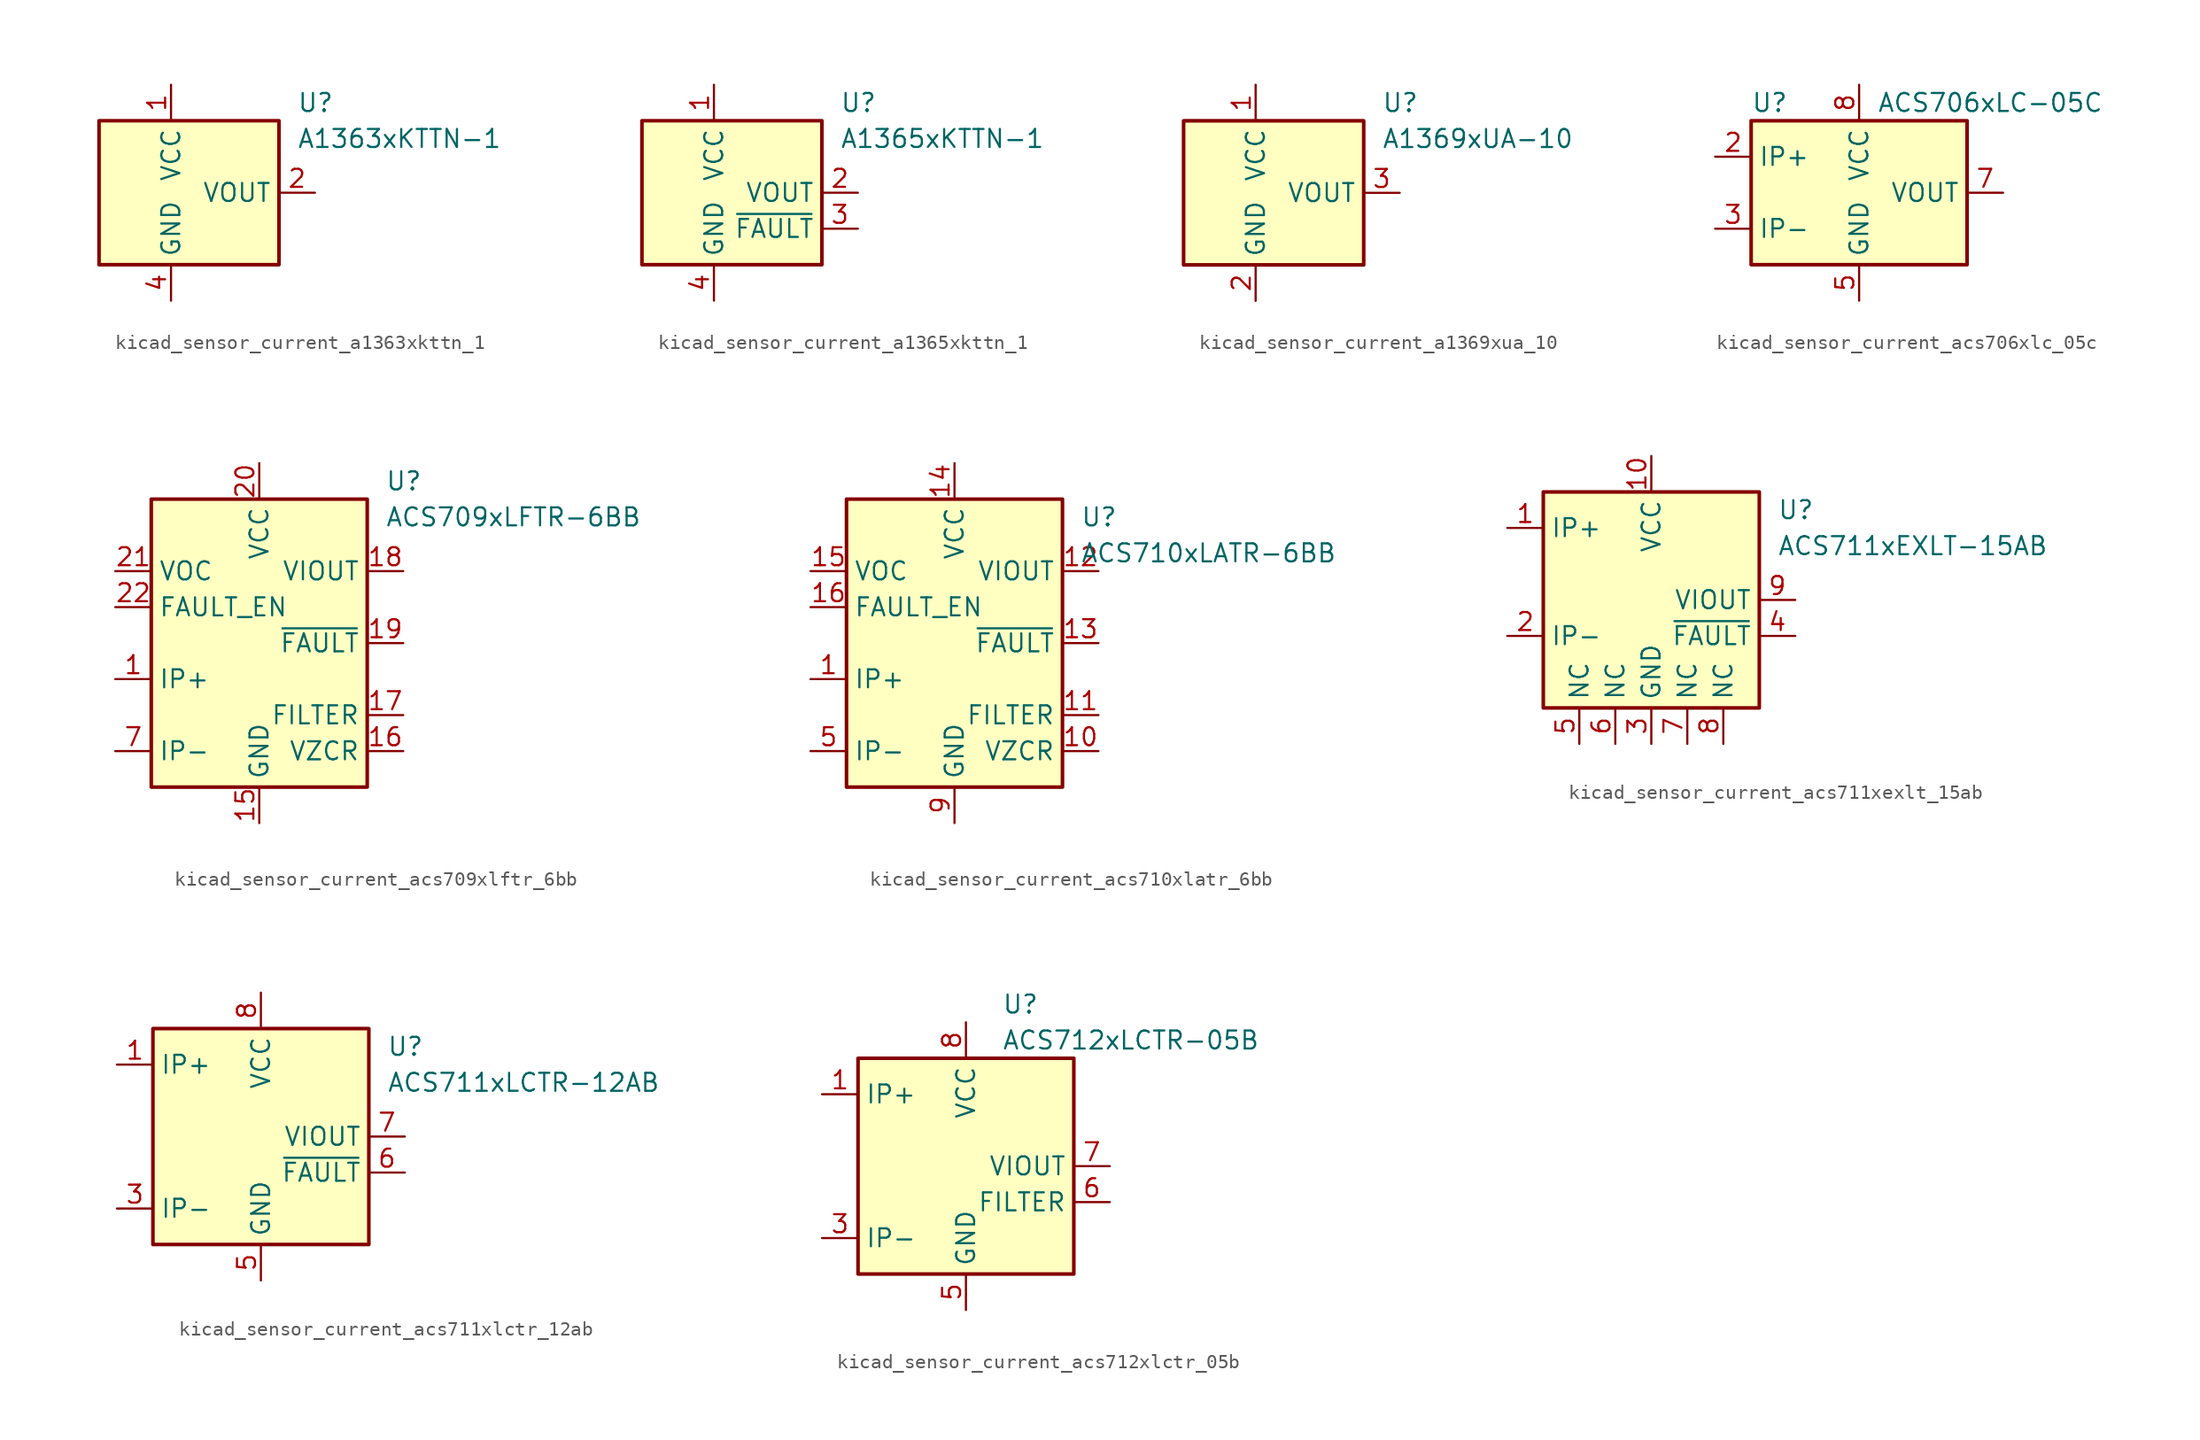
<source format=kicad_sym>
(kicad_symbol_lib
  (version 20220914)
  (generator kicad_symbol_editor)
  (symbol "kicad_sensor_current_a1363xkttn_1"
    (property "Reference" "U"
      (at 8.89 6.35 0)
      (effects (font (size 1.27 1.27)) (justify left)))
    (property "Value" "A1363xKTTN-1"
      (at 8.89 3.81 0)
      (effects (font (size 1.27 1.27)) (justify left)))
    (symbol "kicad_sensor_current_a1363xkttn_1_0_1"
      (rectangle (start -5.08 5.08) (end 7.62 -5.08) (stroke (width 0.254) (type default)) (fill (type background))))
    (symbol "kicad_sensor_current_a1363xkttn_1_1_1"
      (pin power_in line (at 0 7.62 270) (length 2.54) (name "VCC" (effects (font (size 1.27 1.27)))) (number "1" (effects (font (size 1.27 1.27)))))
      (pin output line (at 10.16 0 180) (length 2.54) (name "VOUT" (effects (font (size 1.27 1.27)))) (number "2" (effects (font (size 1.27 1.27)))))
      (pin no_connect line (at 7.62 -2.54 180) (length 2.54) hide (name "NC" (effects (font (size 1.27 1.27)))) (number "3" (effects (font (size 1.27 1.27)))))
      (pin power_in line (at 0 -7.62 90) (length 2.54) (name "GND" (effects (font (size 1.27 1.27)))) (number "4" (effects (font (size 1.27 1.27)))))))
  (symbol "kicad_sensor_current_a1365xkttn_1"
    (property "Reference" "U"
      (at 8.89 6.35 0)
      (effects (font (size 1.27 1.27)) (justify left)))
    (property "Value" "A1365xKTTN-1"
      (at 8.89 3.81 0)
      (effects (font (size 1.27 1.27)) (justify left)))
    (symbol "kicad_sensor_current_a1365xkttn_1_0_1"
      (rectangle (start -5.08 5.08) (end 7.62 -5.08) (stroke (width 0.254) (type default)) (fill (type background))))
    (symbol "kicad_sensor_current_a1365xkttn_1_1_1"
      (pin power_in line (at 0 7.62 270) (length 2.54) (name "VCC" (effects (font (size 1.27 1.27)))) (number "1" (effects (font (size 1.27 1.27)))))
      (pin output line (at 10.16 0 180) (length 2.54) (name "VOUT" (effects (font (size 1.27 1.27)))) (number "2" (effects (font (size 1.27 1.27)))))
      (pin output line (at 10.16 -2.54 180) (length 2.54) (name "~{FAULT}" (effects (font (size 1.27 1.27)))) (number "3" (effects (font (size 1.27 1.27)))))
      (pin power_in line (at 0 -7.62 90) (length 2.54) (name "GND" (effects (font (size 1.27 1.27)))) (number "4" (effects (font (size 1.27 1.27)))))))
  (symbol "kicad_sensor_current_a1369xua_10"
    (property "Reference" "U"
      (at 8.89 6.35 0)
      (effects (font (size 1.27 1.27)) (justify left)))
    (property "Value" "A1369xUA-10"
      (at 8.89 3.81 0)
      (effects (font (size 1.27 1.27)) (justify left)))
    (symbol "kicad_sensor_current_a1369xua_10_0_1"
      (rectangle (start -5.08 5.08) (end 7.62 -5.08) (stroke (width 0.254) (type default)) (fill (type background))))
    (symbol "kicad_sensor_current_a1369xua_10_1_1"
      (pin power_in line (at 0 7.62 270) (length 2.54) (name "VCC" (effects (font (size 1.27 1.27)))) (number "1" (effects (font (size 1.27 1.27)))))
      (pin power_in line (at 0 -7.62 90) (length 2.54) (name "GND" (effects (font (size 1.27 1.27)))) (number "2" (effects (font (size 1.27 1.27)))))
      (pin output line (at 10.16 0 180) (length 2.54) (name "VOUT" (effects (font (size 1.27 1.27)))) (number "3" (effects (font (size 1.27 1.27)))))))
  (symbol "kicad_sensor_current_acs706xlc_05c"
    (property "Reference" "U"
      (at -7.62 6.35 0)
      (effects (font (size 1.27 1.27)) (justify left)))
    (property "Value" "ACS706xLC-05C"
      (at 1.27 6.35 0)
      (effects (font (size 1.27 1.27)) (justify left)))
    (symbol "kicad_sensor_current_acs706xlc_05c_0_1"
      (rectangle (start -7.62 5.08) (end 7.62 -5.08) (stroke (width 0.254) (type default)) (fill (type background))))
    (symbol "kicad_sensor_current_acs706xlc_05c_1_1"
      (pin passive line (at -10.16 2.54 0) (length 2.54) hide (name "IP+" (effects (font (size 1.27 1.27)))) (number "1" (effects (font (size 1.27 1.27)))))
      (pin passive line (at -10.16 2.54 0) (length 2.54) (name "IP+" (effects (font (size 1.27 1.27)))) (number "2" (effects (font (size 1.27 1.27)))))
      (pin passive line (at -10.16 -2.54 0) (length 2.54) (name "IP-" (effects (font (size 1.27 1.27)))) (number "3" (effects (font (size 1.27 1.27)))))
      (pin passive line (at -10.16 -2.54 0) (length 2.54) hide (name "IP-" (effects (font (size 1.27 1.27)))) (number "4" (effects (font (size 1.27 1.27)))))
      (pin power_in line (at 0 -7.62 90) (length 2.54) (name "GND" (effects (font (size 1.27 1.27)))) (number "5" (effects (font (size 1.27 1.27)))))
      (pin no_connect line (at 7.62 -2.54 180) (length 2.54) hide (name "NC" (effects (font (size 1.27 1.27)))) (number "6" (effects (font (size 1.27 1.27)))))
      (pin output line (at 10.16 0 180) (length 2.54) (name "VOUT" (effects (font (size 1.27 1.27)))) (number "7" (effects (font (size 1.27 1.27)))))
      (pin power_in line (at 0 7.62 270) (length 2.54) (name "VCC" (effects (font (size 1.27 1.27)))) (number "8" (effects (font (size 1.27 1.27)))))))
  (symbol "kicad_sensor_current_acs709xlftr_6bb"
    (property "Reference" "U"
      (at 8.89 11.43 0)
      (effects (font (size 1.27 1.27)) (justify left)))
    (property "Value" "ACS709xLFTR-6BB"
      (at 8.89 8.89 0)
      (effects (font (size 1.27 1.27)) (justify left)))
    (symbol "kicad_sensor_current_acs709xlftr_6bb_0_1"
      (rectangle (start -7.62 10.16) (end 7.62 -10.16) (stroke (width 0.254) (type default)) (fill (type background))))
    (symbol "kicad_sensor_current_acs709xlftr_6bb_1_1"
      (pin passive line (at -10.16 -2.54 0) (length 2.54) (name "IP+" (effects (font (size 1.27 1.27)))) (number "1" (effects (font (size 1.27 1.27)))))
      (pin passive line (at -10.16 -7.62 0) (length 2.54) hide (name "IP-" (effects (font (size 1.27 1.27)))) (number "10" (effects (font (size 1.27 1.27)))))
      (pin passive line (at -10.16 -7.62 0) (length 2.54) hide (name "IP-" (effects (font (size 1.27 1.27)))) (number "11" (effects (font (size 1.27 1.27)))))
      (pin passive line (at -10.16 -7.62 0) (length 2.54) hide (name "IP-" (effects (font (size 1.27 1.27)))) (number "12" (effects (font (size 1.27 1.27)))))
      (pin no_connect line (at -7.62 10.16 0) (length 2.54) hide (name "NC" (effects (font (size 1.27 1.27)))) (number "13" (effects (font (size 1.27 1.27)))))
      (pin no_connect line (at -7.62 7.62 0) (length 2.54) hide (name "NC" (effects (font (size 1.27 1.27)))) (number "14" (effects (font (size 1.27 1.27)))))
      (pin power_in line (at 0 -12.7 90) (length 2.54) (name "GND" (effects (font (size 1.27 1.27)))) (number "15" (effects (font (size 1.27 1.27)))))
      (pin passive line (at 10.16 -7.62 180) (length 2.54) (name "VZCR" (effects (font (size 1.27 1.27)))) (number "16" (effects (font (size 1.27 1.27)))))
      (pin passive line (at 10.16 -5.08 180) (length 2.54) (name "FILTER" (effects (font (size 1.27 1.27)))) (number "17" (effects (font (size 1.27 1.27)))))
      (pin output line (at 10.16 5.08 180) (length 2.54) (name "VIOUT" (effects (font (size 1.27 1.27)))) (number "18" (effects (font (size 1.27 1.27)))))
      (pin output line (at 10.16 0 180) (length 2.54) (name "~{FAULT}" (effects (font (size 1.27 1.27)))) (number "19" (effects (font (size 1.27 1.27)))))
      (pin passive line (at -10.16 -2.54 0) (length 2.54) hide (name "IP+" (effects (font (size 1.27 1.27)))) (number "2" (effects (font (size 1.27 1.27)))))
      (pin power_in line (at 0 12.7 270) (length 2.54) (name "VCC" (effects (font (size 1.27 1.27)))) (number "20" (effects (font (size 1.27 1.27)))))
      (pin input line (at -10.16 5.08 0) (length 2.54) (name "VOC" (effects (font (size 1.27 1.27)))) (number "21" (effects (font (size 1.27 1.27)))))
      (pin input line (at -10.16 2.54 0) (length 2.54) (name "FAULT_EN" (effects (font (size 1.27 1.27)))) (number "22" (effects (font (size 1.27 1.27)))))
      (pin no_connect line (at -7.62 0 0) (length 2.54) hide (name "NC" (effects (font (size 1.27 1.27)))) (number "23" (effects (font (size 1.27 1.27)))))
      (pin no_connect line (at -7.62 -5.08 0) (length 2.54) hide (name "NC" (effects (font (size 1.27 1.27)))) (number "24" (effects (font (size 1.27 1.27)))))
      (pin passive line (at -10.16 -2.54 0) (length 2.54) hide (name "IP+" (effects (font (size 1.27 1.27)))) (number "3" (effects (font (size 1.27 1.27)))))
      (pin passive line (at -10.16 -2.54 0) (length 2.54) hide (name "IP+" (effects (font (size 1.27 1.27)))) (number "4" (effects (font (size 1.27 1.27)))))
      (pin passive line (at -10.16 -2.54 0) (length 2.54) hide (name "IP+" (effects (font (size 1.27 1.27)))) (number "5" (effects (font (size 1.27 1.27)))))
      (pin passive line (at -10.16 -2.54 0) (length 2.54) hide (name "IP+" (effects (font (size 1.27 1.27)))) (number "6" (effects (font (size 1.27 1.27)))))
      (pin passive line (at -10.16 -7.62 0) (length 2.54) (name "IP-" (effects (font (size 1.27 1.27)))) (number "7" (effects (font (size 1.27 1.27)))))
      (pin passive line (at -10.16 -7.62 0) (length 2.54) hide (name "IP-" (effects (font (size 1.27 1.27)))) (number "8" (effects (font (size 1.27 1.27)))))
      (pin passive line (at -10.16 -7.62 0) (length 2.54) hide (name "IP-" (effects (font (size 1.27 1.27)))) (number "9" (effects (font (size 1.27 1.27)))))))
  (symbol "kicad_sensor_current_acs710xlatr_6bb"
    (property "Reference" "U"
      (at 8.89 8.89 0)
      (effects (font (size 1.27 1.27)) (justify left)))
    (property "Value" "ACS710xLATR-6BB"
      (at 8.89 6.35 0)
      (effects (font (size 1.27 1.27)) (justify left)))
    (symbol "kicad_sensor_current_acs710xlatr_6bb_0_1"
      (rectangle (start -7.62 10.16) (end 7.62 -10.16) (stroke (width 0.254) (type default)) (fill (type background))))
    (symbol "kicad_sensor_current_acs710xlatr_6bb_1_1"
      (pin passive line (at -10.16 -2.54 0) (length 2.54) (name "IP+" (effects (font (size 1.27 1.27)))) (number "1" (effects (font (size 1.27 1.27)))))
      (pin passive line (at 10.16 -7.62 180) (length 2.54) (name "VZCR" (effects (font (size 1.27 1.27)))) (number "10" (effects (font (size 1.27 1.27)))))
      (pin passive line (at 10.16 -5.08 180) (length 2.54) (name "FILTER" (effects (font (size 1.27 1.27)))) (number "11" (effects (font (size 1.27 1.27)))))
      (pin output line (at 10.16 5.08 180) (length 2.54) (name "VIOUT" (effects (font (size 1.27 1.27)))) (number "12" (effects (font (size 1.27 1.27)))))
      (pin output line (at 10.16 0 180) (length 2.54) (name "~{FAULT}" (effects (font (size 1.27 1.27)))) (number "13" (effects (font (size 1.27 1.27)))))
      (pin power_in line (at 0 12.7 270) (length 2.54) (name "VCC" (effects (font (size 1.27 1.27)))) (number "14" (effects (font (size 1.27 1.27)))))
      (pin input line (at -10.16 5.08 0) (length 2.54) (name "VOC" (effects (font (size 1.27 1.27)))) (number "15" (effects (font (size 1.27 1.27)))))
      (pin input line (at -10.16 2.54 0) (length 2.54) (name "FAULT_EN" (effects (font (size 1.27 1.27)))) (number "16" (effects (font (size 1.27 1.27)))))
      (pin passive line (at -10.16 -2.54 0) (length 2.54) hide (name "IP+" (effects (font (size 1.27 1.27)))) (number "2" (effects (font (size 1.27 1.27)))))
      (pin passive line (at -10.16 -2.54 0) (length 2.54) hide (name "IP+" (effects (font (size 1.27 1.27)))) (number "3" (effects (font (size 1.27 1.27)))))
      (pin passive line (at -10.16 -2.54 0) (length 2.54) hide (name "IP+" (effects (font (size 1.27 1.27)))) (number "4" (effects (font (size 1.27 1.27)))))
      (pin passive line (at -10.16 -7.62 0) (length 2.54) (name "IP-" (effects (font (size 1.27 1.27)))) (number "5" (effects (font (size 1.27 1.27)))))
      (pin passive line (at -10.16 -7.62 0) (length 2.54) hide (name "IP-" (effects (font (size 1.27 1.27)))) (number "6" (effects (font (size 1.27 1.27)))))
      (pin passive line (at -10.16 -7.62 0) (length 2.54) hide (name "IP-" (effects (font (size 1.27 1.27)))) (number "7" (effects (font (size 1.27 1.27)))))
      (pin passive line (at -10.16 -7.62 0) (length 2.54) hide (name "IP-" (effects (font (size 1.27 1.27)))) (number "8" (effects (font (size 1.27 1.27)))))
      (pin power_in line (at 0 -12.7 90) (length 2.54) (name "GND" (effects (font (size 1.27 1.27)))) (number "9" (effects (font (size 1.27 1.27)))))))
  (symbol "kicad_sensor_current_acs711xexlt_15ab"
    (property "Reference" "U"
      (at 8.89 6.35 0)
      (effects (font (size 1.27 1.27)) (justify left)))
    (property "Value" "ACS711xEXLT-15AB"
      (at 8.89 3.81 0)
      (effects (font (size 1.27 1.27)) (justify left)))
    (symbol "kicad_sensor_current_acs711xexlt_15ab_0_1"
      (rectangle (start -7.62 7.62) (end 7.62 -7.62) (stroke (width 0.254) (type default)) (fill (type background))))
    (symbol "kicad_sensor_current_acs711xexlt_15ab_1_1"
      (pin passive line (at -10.16 5.08 0) (length 2.54) (name "IP+" (effects (font (size 1.27 1.27)))) (number "1" (effects (font (size 1.27 1.27)))))
      (pin power_in line (at 0 10.16 270) (length 2.54) (name "VCC" (effects (font (size 1.27 1.27)))) (number "10" (effects (font (size 1.27 1.27)))))
      (pin passive line (at -10.16 -2.54 0) (length 2.54) (name "IP-" (effects (font (size 1.27 1.27)))) (number "2" (effects (font (size 1.27 1.27)))))
      (pin power_in line (at 0 -10.16 90) (length 2.54) (name "GND" (effects (font (size 1.27 1.27)))) (number "3" (effects (font (size 1.27 1.27)))))
      (pin output line (at 10.16 -2.54 180) (length 2.54) (name "~{FAULT}" (effects (font (size 1.27 1.27)))) (number "4" (effects (font (size 1.27 1.27)))))
      (pin passive line (at -5.08 -10.16 90) (length 2.54) (name "NC" (effects (font (size 1.27 1.27)))) (number "5" (effects (font (size 1.27 1.27)))))
      (pin passive line (at -2.54 -10.16 90) (length 2.54) (name "NC" (effects (font (size 1.27 1.27)))) (number "6" (effects (font (size 1.27 1.27)))))
      (pin passive line (at 2.54 -10.16 90) (length 2.54) (name "NC" (effects (font (size 1.27 1.27)))) (number "7" (effects (font (size 1.27 1.27)))))
      (pin passive line (at 5.08 -10.16 90) (length 2.54) (name "NC" (effects (font (size 1.27 1.27)))) (number "8" (effects (font (size 1.27 1.27)))))
      (pin output line (at 10.16 0 180) (length 2.54) (name "VIOUT" (effects (font (size 1.27 1.27)))) (number "9" (effects (font (size 1.27 1.27)))))))
  (symbol "kicad_sensor_current_acs711xlctr_12ab"
    (property "Reference" "U"
      (at 8.89 6.35 0)
      (effects (font (size 1.27 1.27)) (justify left)))
    (property "Value" "ACS711xLCTR-12AB"
      (at 8.89 3.81 0)
      (effects (font (size 1.27 1.27)) (justify left)))
    (symbol "kicad_sensor_current_acs711xlctr_12ab_0_1"
      (rectangle (start -7.62 7.62) (end 7.62 -7.62) (stroke (width 0.254) (type default)) (fill (type background))))
    (symbol "kicad_sensor_current_acs711xlctr_12ab_1_1"
      (pin passive line (at -10.16 5.08 0) (length 2.54) (name "IP+" (effects (font (size 1.27 1.27)))) (number "1" (effects (font (size 1.27 1.27)))))
      (pin passive line (at -10.16 5.08 0) (length 2.54) hide (name "IP+" (effects (font (size 1.27 1.27)))) (number "2" (effects (font (size 1.27 1.27)))))
      (pin passive line (at -10.16 -5.08 0) (length 2.54) (name "IP-" (effects (font (size 1.27 1.27)))) (number "3" (effects (font (size 1.27 1.27)))))
      (pin passive line (at -10.16 -5.08 0) (length 2.54) hide (name "IP-" (effects (font (size 1.27 1.27)))) (number "4" (effects (font (size 1.27 1.27)))))
      (pin power_in line (at 0 -10.16 90) (length 2.54) (name "GND" (effects (font (size 1.27 1.27)))) (number "5" (effects (font (size 1.27 1.27)))))
      (pin output line (at 10.16 -2.54 180) (length 2.54) (name "~{FAULT}" (effects (font (size 1.27 1.27)))) (number "6" (effects (font (size 1.27 1.27)))))
      (pin output line (at 10.16 0 180) (length 2.54) (name "VIOUT" (effects (font (size 1.27 1.27)))) (number "7" (effects (font (size 1.27 1.27)))))
      (pin power_in line (at 0 10.16 270) (length 2.54) (name "VCC" (effects (font (size 1.27 1.27)))) (number "8" (effects (font (size 1.27 1.27)))))))
  (symbol "kicad_sensor_current_acs712xlctr_05b"
    (property "Reference" "U"
      (at 2.54 11.43 0)
      (effects (font (size 1.27 1.27)) (justify left)))
    (property "Value" "ACS712xLCTR-05B"
      (at 2.54 8.89 0)
      (effects (font (size 1.27 1.27)) (justify left)))
    (symbol "kicad_sensor_current_acs712xlctr_05b_0_1"
      (rectangle (start -7.62 7.62) (end 7.62 -7.62) (stroke (width 0.254) (type default)) (fill (type background))))
    (symbol "kicad_sensor_current_acs712xlctr_05b_1_1"
      (pin passive line (at -10.16 5.08 0) (length 2.54) (name "IP+" (effects (font (size 1.27 1.27)))) (number "1" (effects (font (size 1.27 1.27)))))
      (pin passive line (at -10.16 5.08 0) (length 2.54) hide (name "IP+" (effects (font (size 1.27 1.27)))) (number "2" (effects (font (size 1.27 1.27)))))
      (pin passive line (at -10.16 -5.08 0) (length 2.54) (name "IP-" (effects (font (size 1.27 1.27)))) (number "3" (effects (font (size 1.27 1.27)))))
      (pin passive line (at -10.16 -5.08 0) (length 2.54) hide (name "IP-" (effects (font (size 1.27 1.27)))) (number "4" (effects (font (size 1.27 1.27)))))
      (pin power_in line (at 0 -10.16 90) (length 2.54) (name "GND" (effects (font (size 1.27 1.27)))) (number "5" (effects (font (size 1.27 1.27)))))
      (pin passive line (at 10.16 -2.54 180) (length 2.54) (name "FILTER" (effects (font (size 1.27 1.27)))) (number "6" (effects (font (size 1.27 1.27)))))
      (pin output line (at 10.16 0 180) (length 2.54) (name "VIOUT" (effects (font (size 1.27 1.27)))) (number "7" (effects (font (size 1.27 1.27)))))
      (pin power_in line (at 0 10.16 270) (length 2.54) (name "VCC" (effects (font (size 1.27 1.27)))) (number "8" (effects (font (size 1.27 1.27))))))))
</source>
